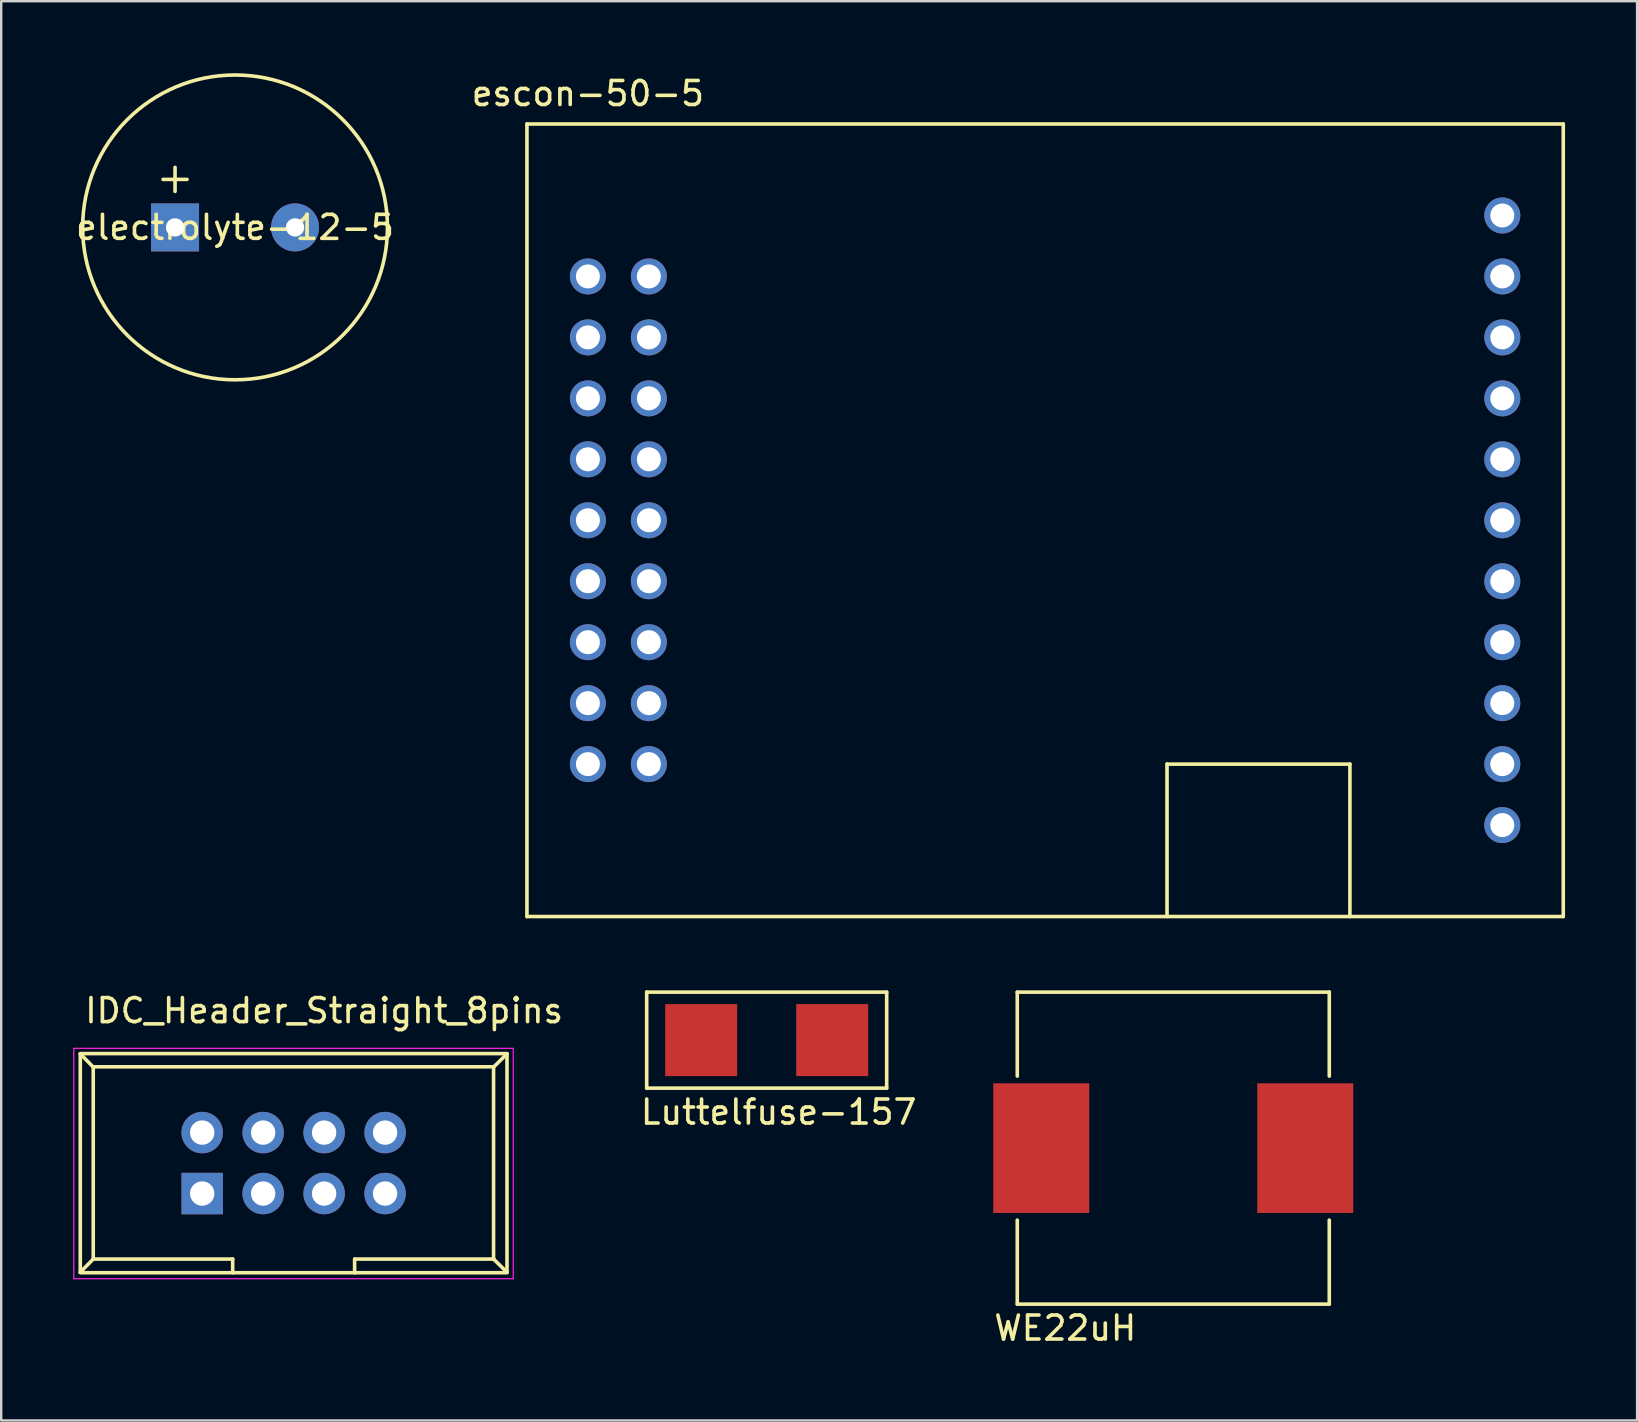
<source format=kicad_pcb>
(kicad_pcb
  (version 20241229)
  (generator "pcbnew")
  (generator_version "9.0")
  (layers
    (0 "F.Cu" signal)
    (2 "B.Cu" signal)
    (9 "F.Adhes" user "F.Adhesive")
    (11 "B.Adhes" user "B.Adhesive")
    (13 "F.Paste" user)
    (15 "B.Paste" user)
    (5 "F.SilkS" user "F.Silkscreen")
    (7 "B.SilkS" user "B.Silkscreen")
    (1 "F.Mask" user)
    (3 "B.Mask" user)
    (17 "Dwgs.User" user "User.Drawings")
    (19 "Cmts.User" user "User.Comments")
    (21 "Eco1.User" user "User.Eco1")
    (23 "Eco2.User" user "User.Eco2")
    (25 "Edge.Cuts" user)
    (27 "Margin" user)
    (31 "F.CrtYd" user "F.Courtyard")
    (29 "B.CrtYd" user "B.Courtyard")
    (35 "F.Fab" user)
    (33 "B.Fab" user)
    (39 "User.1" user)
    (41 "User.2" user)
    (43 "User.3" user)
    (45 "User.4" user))
  (footprint "escon-50-5"
    (layer "F.Cu")
    (at 35.416 18.628)
    (property "Reference" "escon-50-5" (at -13.97 -17.78 0) (layer "F.SilkS") (effects (font (size 1 1) (thickness 0.15))))
    (attr through_hole)
    (fp_line (start -16.51 -16.51) (end -16.51 16.51) (stroke (width 0.15) (type solid)) (layer "F.SilkS"))
    (fp_line (start -16.51 16.51) (end 26.67 16.51) (stroke (width 0.15) (type solid)) (layer "F.SilkS"))
    (fp_line (start 10.16 10.16) (end 10.16 16.51) (stroke (width 0.15) (type solid)) (layer "F.SilkS"))
    (fp_line (start 17.78 10.16) (end 10.16 10.16) (stroke (width 0.15) (type solid)) (layer "F.SilkS"))
    (fp_line (start 17.78 10.16) (end 17.78 16.51) (stroke (width 0.15) (type solid)) (layer "F.SilkS"))
    (fp_line (start 26.67 -16.51) (end -16.51 -16.51) (stroke (width 0.15) (type solid)) (layer "F.SilkS"))
    (fp_line (start 26.67 16.51) (end 26.67 -16.51) (stroke (width 0.15) (type solid)) (layer "F.SilkS"))
    (pad "1" thru_hole circle (at -13.97 -10.16) (size 1.5 1.5) (drill 1) (layers "*.Cu" "*.Mask"))
    (pad "2" thru_hole circle (at -11.43 -10.16) (size 1.5 1.5) (drill 1) (layers "*.Cu" "*.Mask"))
    (pad "3" thru_hole circle (at -13.97 -7.62) (size 1.5 1.5) (drill 1) (layers "*.Cu" "*.Mask"))
    (pad "4" thru_hole circle (at -11.43 -7.62) (size 1.5 1.5) (drill 1) (layers "*.Cu" "*.Mask"))
    (pad "5" thru_hole circle (at -13.97 -5.08) (size 1.5 1.5) (drill 1) (layers "*.Cu" "*.Mask"))
    (pad "6" thru_hole circle (at -11.43 -5.08) (size 1.5 1.5) (drill 1) (layers "*.Cu" "*.Mask"))
    (pad "7" thru_hole circle (at -13.97 -2.54) (size 1.5 1.5) (drill 1) (layers "*.Cu" "*.Mask"))
    (pad "8" thru_hole circle (at -11.43 -2.54) (size 1.5 1.5) (drill 1) (layers "*.Cu" "*.Mask"))
    (pad "9" thru_hole circle (at -13.97 0) (size 1.5 1.5) (drill 1) (layers "*.Cu" "*.Mask"))
    (pad "10" thru_hole circle (at -11.43 0) (size 1.5 1.5) (drill 1) (layers "*.Cu" "*.Mask"))
    (pad "11" thru_hole circle (at -13.97 2.54) (size 1.5 1.5) (drill 1) (layers "*.Cu" "*.Mask"))
    (pad "12" thru_hole circle (at -11.43 2.54) (size 1.5 1.5) (drill 1) (layers "*.Cu" "*.Mask"))
    (pad "13" thru_hole circle (at -13.97 5.08) (size 1.5 1.5) (drill 1) (layers "*.Cu" "*.Mask"))
    (pad "14" thru_hole circle (at -11.43 5.08) (size 1.5 1.5) (drill 1) (layers "*.Cu" "*.Mask"))
    (pad "15" thru_hole circle (at -13.97 7.62) (size 1.5 1.5) (drill 1) (layers "*.Cu" "*.Mask"))
    (pad "16" thru_hole circle (at -11.43 7.62) (size 1.5 1.5) (drill 1) (layers "*.Cu" "*.Mask"))
    (pad "17" thru_hole circle (at -13.97 10.16) (size 1.5 1.5) (drill 1) (layers "*.Cu" "*.Mask"))
    (pad "18" thru_hole circle (at -11.43 10.16) (size 1.5 1.5) (drill 1) (layers "*.Cu" "*.Mask"))
    (pad "19" thru_hole circle (at 24.13 12.7) (size 1.5 1.5) (drill 1) (layers "*.Cu" "*.Mask"))
    (pad "20" thru_hole circle (at 24.13 10.16) (size 1.5 1.5) (drill 1) (layers "*.Cu" "*.Mask"))
    (pad "21" thru_hole circle (at 24.13 7.62) (size 1.5 1.5) (drill 1) (layers "*.Cu" "*.Mask"))
    (pad "22" thru_hole circle (at 24.13 5.08) (size 1.5 1.5) (drill 1) (layers "*.Cu" "*.Mask"))
    (pad "23" thru_hole circle (at 24.13 2.54) (size 1.5 1.5) (drill 1) (layers "*.Cu" "*.Mask"))
    (pad "24" thru_hole circle (at 24.13 0) (size 1.5 1.5) (drill 1) (layers "*.Cu" "*.Mask"))
    (pad "25" thru_hole circle (at 24.13 -2.54) (size 1.5 1.5) (drill 1) (layers "*.Cu" "*.Mask"))
    (pad "26" thru_hole circle (at 24.13 -5.08) (size 1.5 1.5) (drill 1) (layers "*.Cu" "*.Mask"))
    (pad "27" thru_hole circle (at 24.13 -7.62) (size 1.5 1.5) (drill 1) (layers "*.Cu" "*.Mask"))
    (pad "28" thru_hole circle (at 24.13 -10.16) (size 1.5 1.5) (drill 1) (layers "*.Cu" "*.Mask"))
    (pad "29" thru_hole circle (at 24.13 -12.7) (size 1.5 1.5) (drill 1) (layers "*.Cu" "*.Mask")))
  (footprint "IDC_Header_Straight_8pins"
    (layer "F.Cu")
    (at 9.185 46.681)
    (property "Reference" "IDC_Header_Straight_8pins" (at 1.27 -7.62 0) (layer "F.SilkS") (effects (font (size 1 1) (thickness 0.15))))
    (attr through_hole)
    (fp_line (start -8.89 -5.82) (end -8.89 3.28) (stroke (width 0.15) (type solid)) (layer "F.SilkS"))
    (fp_line (start -8.89 -5.82) (end -8.35 -5.27) (stroke (width 0.15) (type solid)) (layer "F.SilkS"))
    (fp_line (start -8.89 3.28) (end -8.35 2.73) (stroke (width 0.15) (type solid)) (layer "F.SilkS"))
    (fp_line (start -8.89 3.3) (end -2.54 3.3) (stroke (width 0.15) (type solid)) (layer "F.SilkS"))
    (fp_line (start -8.35 -5.27) (end -8.35 2.73) (stroke (width 0.15) (type solid)) (layer "F.SilkS"))
    (fp_line (start -2.54 2.73) (end -8.36 2.73) (stroke (width 0.15) (type solid)) (layer "F.SilkS"))
    (fp_line (start -2.54 2.73) (end -2.54 3.28) (stroke (width 0.15) (type solid)) (layer "F.SilkS"))
    (fp_line (start -2.53 3.3) (end 2.55 3.3) (stroke (width 0.15) (type solid)) (layer "F.SilkS"))
    (fp_line (start 2.54 2.73) (end 2.54 3.28) (stroke (width 0.15) (type solid)) (layer "F.SilkS"))
    (fp_line (start 2.55 2.73) (end 8.34 2.73) (stroke (width 0.15) (type solid)) (layer "F.SilkS"))
    (fp_line (start 2.55 3.3) (end 8.89 3.3) (stroke (width 0.15) (type solid)) (layer "F.SilkS"))
    (fp_line (start 8.33 -5.28) (end -8.35 -5.28) (stroke (width 0.15) (type solid)) (layer "F.SilkS"))
    (fp_line (start 8.33 -5.27) (end 8.33 2.73) (stroke (width 0.15) (type solid)) (layer "F.SilkS"))
    (fp_line (start 8.89 -5.83) (end -8.89 -5.83) (stroke (width 0.15) (type solid)) (layer "F.SilkS"))
    (fp_line (start 8.89 -5.82) (end 8.33 -5.27) (stroke (width 0.15) (type solid)) (layer "F.SilkS"))
    (fp_line (start 8.89 -5.82) (end 8.89 3.28) (stroke (width 0.15) (type solid)) (layer "F.SilkS"))
    (fp_line (start 8.89 3.28) (end 8.33 2.73) (stroke (width 0.15) (type solid)) (layer "F.SilkS"))
    (fp_line (start -9.16 -6.05) (end 9.15 -6.05) (stroke (width 0.05) (type solid)) (layer "F.CrtYd"))
    (fp_line (start -9.16 3.55) (end -9.16 -6.05) (stroke (width 0.05) (type solid)) (layer "F.CrtYd"))
    (fp_line (start 9.15 -6.05) (end 9.15 3.55) (stroke (width 0.05) (type solid)) (layer "F.CrtYd"))
    (fp_line (start 9.15 3.55) (end -9.16 3.55) (stroke (width 0.05) (type solid)) (layer "F.CrtYd"))
    (pad "1" thru_hole rect (at -3.81 0) (size 1.727 1.727) (drill 1.016) (layers "*.Cu" "*.Mask"))
    (pad "2" thru_hole oval (at -3.81 -2.54) (size 1.727 1.727) (drill 1.016) (layers "*.Cu" "*.Mask"))
    (pad "3" thru_hole oval (at -1.27 0) (size 1.727 1.727) (drill 1.016) (layers "*.Cu" "*.Mask"))
    (pad "4" thru_hole oval (at -1.27 -2.54) (size 1.727 1.727) (drill 1.016) (layers "*.Cu" "*.Mask"))
    (pad "5" thru_hole oval (at 1.27 0) (size 1.727 1.727) (drill 1.016) (layers "*.Cu" "*.Mask"))
    (pad "6" thru_hole oval (at 1.27 -2.54) (size 1.727 1.727) (drill 1.016) (layers "*.Cu" "*.Mask"))
    (pad "7" thru_hole oval (at 3.81 0) (size 1.727 1.727) (drill 1.016) (layers "*.Cu" "*.Mask"))
    (pad "8" thru_hole oval (at 3.81 -2.54) (size 1.727 1.727) (drill 1.016) (layers "*.Cu" "*.Mask")))
  (footprint "WE22uH"
    (layer "F.Cu")
    (at 45.836 44.788)
    (property "Reference" "WE22uH" (at -4.5 7.5 0) (layer "F.SilkS") (effects (font (size 1 1) (thickness 0.15))))
    (attr through_hole)
    (fp_line (start -6.5 -3) (end -6.5 -6.5) (stroke (width 0.15) (type solid)) (layer "F.SilkS"))
    (fp_line (start -6.5 3) (end -6.5 6.5) (stroke (width 0.15) (type solid)) (layer "F.SilkS"))
    (fp_line (start -6.5 6.5) (end 6.5 6.5) (stroke (width 0.15) (type solid)) (layer "F.SilkS"))
    (fp_line (start 6.5 -6.5) (end -6.5 -6.5) (stroke (width 0.15) (type solid)) (layer "F.SilkS"))
    (fp_line (start 6.5 -3) (end 6.5 -6.5) (stroke (width 0.15) (type solid)) (layer "F.SilkS"))
    (fp_line (start 6.5 3) (end 6.5 6.5) (stroke (width 0.15) (type solid)) (layer "F.SilkS"))
    (pad "1" smd rect (at -5.5 0) (size 4 5.4) (layers "F.Cu" "F.Mask" "F.Paste"))
    (pad "2" smd rect (at 5.5 0) (size 4 5.4) (layers "F.Cu" "F.Mask" "F.Paste")))
  (footprint "electrolyte-12-5"
    (layer "F.Cu")
    (at 6.744 6.425)
    (property "Reference" "electrolyte-12-5" (at 0 0 0) (layer "F.SilkS") (effects (font (size 1 1) (thickness 0.15))))
    (attr through_hole)
    (fp_line (start -3 -2) (end -2 -2) (stroke (width 0.15) (type solid)) (layer "F.SilkS"))
    (fp_line (start -2.5 -2.5) (end -2.5 -1.5) (stroke (width 0.15) (type solid)) (layer "F.SilkS"))
    (fp_circle (center 0 0) (end 6.35 0) (stroke (width 0.15) (type solid)) (fill no) (layer "F.SilkS"))
    (pad "1" thru_hole rect (at -2.5 0) (size 2 2) (drill 0.762) (layers "*.Cu" "*.Mask"))
    (pad "2" thru_hole circle (at 2.5 0) (size 2 2) (drill 0.762) (layers "*.Cu" "*.Mask")))
  (footprint "Luttelfuse-157"
    (layer "F.Cu")
    (at 28.895 40.288)
    (property "Reference" "Luttelfuse-157" (at 0.5 3 0) (layer "F.SilkS") (effects (font (size 1 1) (thickness 0.15))))
    (attr through_hole)
    (fp_line (start -5 -2) (end 5 -2) (stroke (width 0.15) (type solid)) (layer "F.SilkS"))
    (fp_line (start -5 2) (end -5 -2) (stroke (width 0.15) (type solid)) (layer "F.SilkS"))
    (fp_line (start 5 -2) (end 5 2) (stroke (width 0.15) (type solid)) (layer "F.SilkS"))
    (fp_line (start 5 2) (end -5 2) (stroke (width 0.15) (type solid)) (layer "F.SilkS"))
    (pad "1" smd rect (at -2.73 0) (size 3 3) (layers "F.Cu" "F.Mask" "F.Paste"))
    (pad "2" smd rect (at 2.73 0) (size 3 3) (layers "F.Cu" "F.Mask" "F.Paste")))
  (gr_rect
    (start -3 -3)
    (end 65.161 56.136)
    (stroke (width 0.1) (type default))
    (fill no)
    (layer "Edge.Cuts")))
</source>
